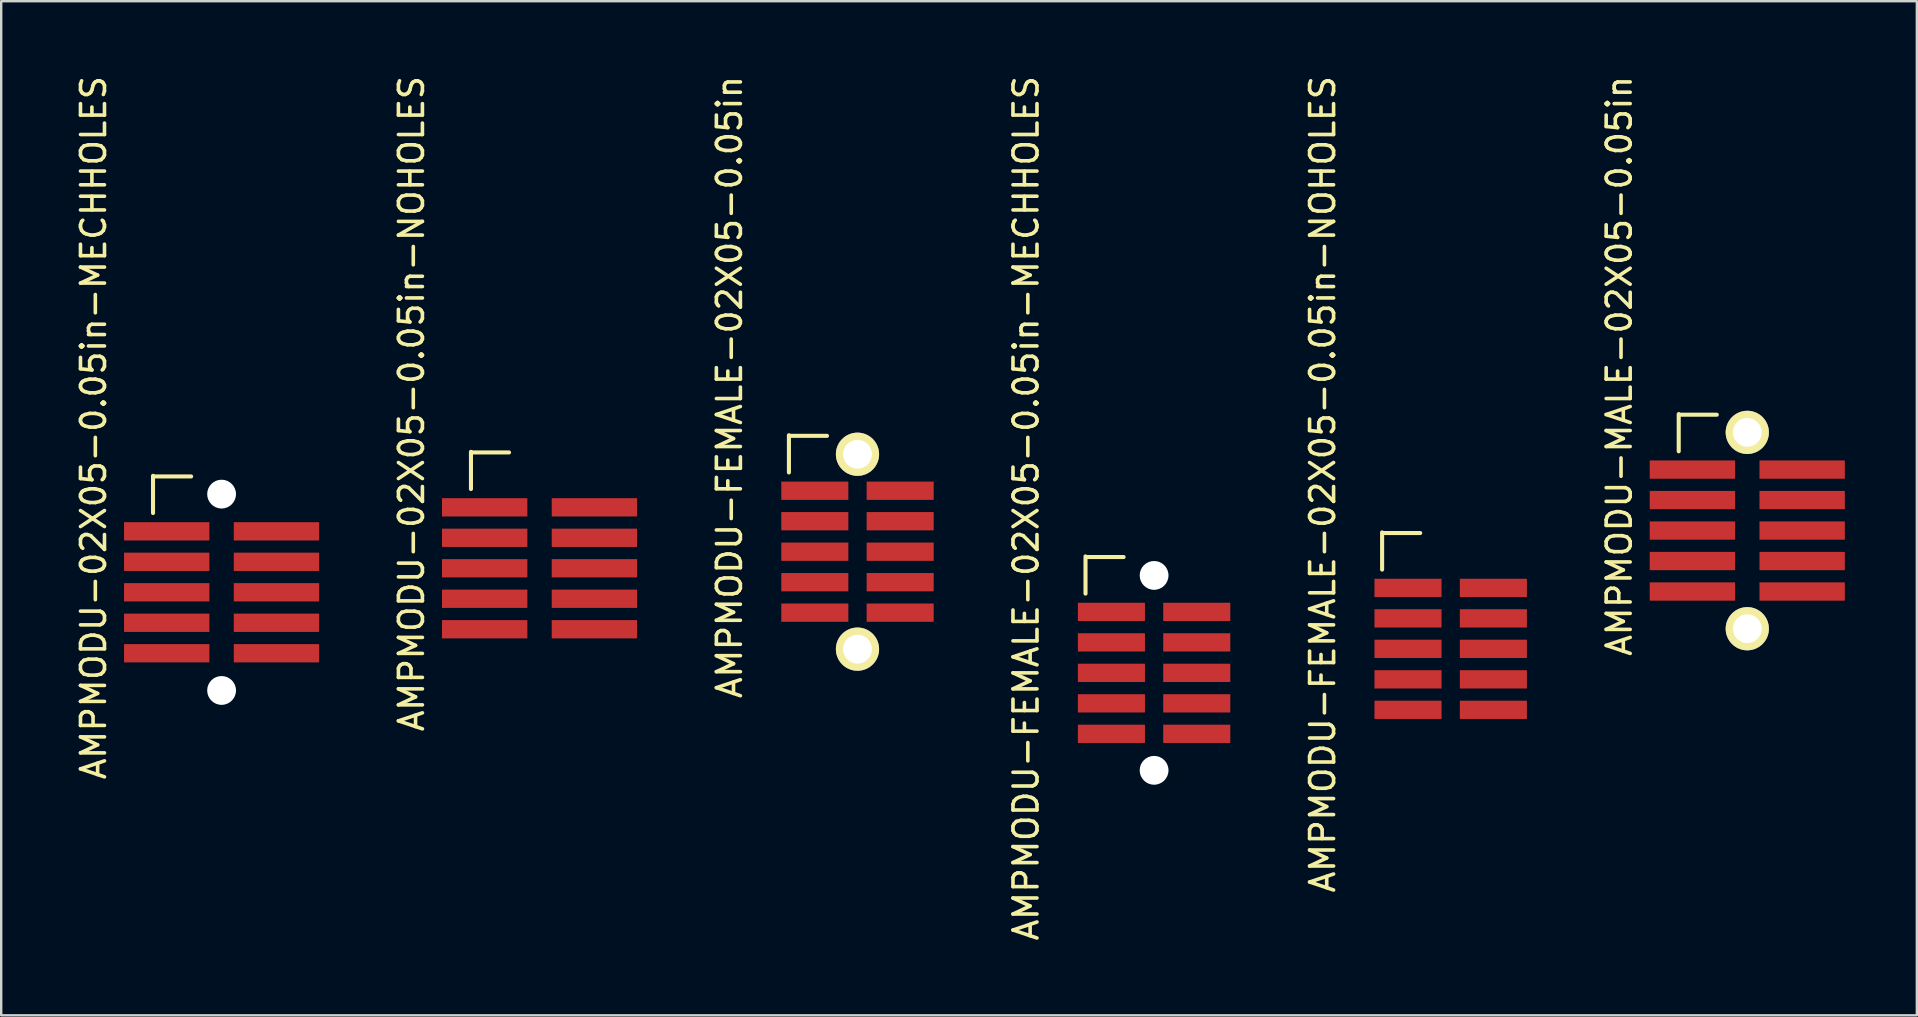
<source format=kicad_pcb>
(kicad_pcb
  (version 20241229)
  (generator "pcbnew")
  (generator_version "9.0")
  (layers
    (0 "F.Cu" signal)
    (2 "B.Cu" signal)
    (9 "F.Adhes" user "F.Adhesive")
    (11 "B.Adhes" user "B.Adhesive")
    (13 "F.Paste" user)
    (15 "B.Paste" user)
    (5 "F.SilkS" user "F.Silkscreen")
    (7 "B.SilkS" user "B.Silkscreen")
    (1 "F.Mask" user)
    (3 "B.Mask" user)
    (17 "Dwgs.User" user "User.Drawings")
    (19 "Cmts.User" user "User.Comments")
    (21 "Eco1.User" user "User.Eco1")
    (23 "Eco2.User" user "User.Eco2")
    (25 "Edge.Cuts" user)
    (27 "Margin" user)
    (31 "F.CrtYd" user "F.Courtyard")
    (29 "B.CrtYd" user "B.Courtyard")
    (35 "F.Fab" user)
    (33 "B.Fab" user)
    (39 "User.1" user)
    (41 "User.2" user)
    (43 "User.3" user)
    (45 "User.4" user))
  (footprint "AMPMODU-02X05-0.05in-NOHOLES"
    (layer "F.Cu")
    (at 19.428 20.626)
    (property "Reference" "AMPMODU-02X05-0.05in-NOHOLES" (at -5.334 -6.858 90) (layer "F.SilkS") (effects (font (size 1 1) (thickness 0.15))))
    (attr through_hole)
    (fp_line (start -2.857 -4.852) (end -2.857 -3.302) (stroke (width 0.17) (type solid)) (layer "F.SilkS"))
    (fp_line (start -1.27 -4.826) (end -2.82 -4.826) (stroke (width 0.17) (type solid)) (layer "F.SilkS"))
    (pad "1" smd rect (at -2.286 -2.54) (size 3.556 0.762) (layers "F.Cu" "F.Mask" "F.Paste"))
    (pad "2" smd rect (at 2.286 -2.54) (size 3.556 0.762) (layers "F.Cu" "F.Mask" "F.Paste"))
    (pad "3" smd rect (at -2.286 -1.27) (size 3.556 0.762) (layers "F.Cu" "F.Mask" "F.Paste"))
    (pad "4" smd rect (at 2.286 -1.27) (size 3.556 0.762) (layers "F.Cu" "F.Mask" "F.Paste"))
    (pad "5" smd rect (at -2.286 0) (size 3.556 0.762) (layers "F.Cu" "F.Mask" "F.Paste"))
    (pad "6" smd rect (at 2.286 0) (size 3.556 0.762) (layers "F.Cu" "F.Mask" "F.Paste"))
    (pad "7" smd rect (at -2.286 1.27) (size 3.556 0.762) (layers "F.Cu" "F.Mask" "F.Paste"))
    (pad "8" smd rect (at 2.286 1.27) (size 3.556 0.762) (layers "F.Cu" "F.Mask" "F.Paste"))
    (pad "9" smd rect (at -2.286 2.54) (size 3.556 0.762) (layers "F.Cu" "F.Mask" "F.Paste"))
    (pad "10" smd rect (at 2.286 2.54) (size 3.556 0.762) (layers "F.Cu" "F.Mask" "F.Paste")))
  (footprint "AMPMODU-FEMALE-02X05-0.05in-MECHHOLES"
    (layer "F.Cu")
    (at 45.032 24.983)
    (property "Reference" "AMPMODU-FEMALE-02X05-0.05in-MECHHOLES" (at -5.334 -6.858 90) (layer "F.SilkS") (effects (font (size 1 1) (thickness 0.15))))
    (attr through_hole)
    (fp_line (start -2.857 -4.852) (end -2.857 -3.302) (stroke (width 0.17) (type solid)) (layer "F.SilkS"))
    (fp_line (start -1.27 -4.826) (end -2.82 -4.826) (stroke (width 0.17) (type solid)) (layer "F.SilkS"))
    (pad "" np_thru_hole circle (at 0 -4.06) (size 1.2 1.2) (drill 1.2) (layers "*.Cu" "*.Mask"))
    (pad "" np_thru_hole circle (at 0 4.06) (size 1.2 1.2) (drill 1.2) (layers "*.Cu" "*.Mask"))
    (pad "1" smd rect (at -1.778 -2.54) (size 2.794 0.762) (layers "F.Cu" "F.Mask" "F.Paste"))
    (pad "2" smd rect (at 1.778 -2.54) (size 2.794 0.762) (layers "F.Cu" "F.Mask" "F.Paste"))
    (pad "3" smd rect (at -1.778 -1.27) (size 2.794 0.762) (layers "F.Cu" "F.Mask" "F.Paste"))
    (pad "4" smd rect (at 1.778 -1.27) (size 2.794 0.762) (layers "F.Cu" "F.Mask" "F.Paste"))
    (pad "5" smd rect (at -1.778 0) (size 2.794 0.762) (layers "F.Cu" "F.Mask" "F.Paste"))
    (pad "6" smd rect (at 1.778 0) (size 2.794 0.762) (layers "F.Cu" "F.Mask" "F.Paste"))
    (pad "7" smd rect (at -1.778 1.27) (size 2.794 0.762) (layers "F.Cu" "F.Mask" "F.Paste"))
    (pad "8" smd rect (at 1.778 1.27) (size 2.794 0.762) (layers "F.Cu" "F.Mask" "F.Paste"))
    (pad "9" smd rect (at -1.778 2.54) (size 2.794 0.762) (layers "F.Cu" "F.Mask" "F.Paste"))
    (pad "10" smd rect (at 1.778 2.54) (size 2.794 0.762) (layers "F.Cu" "F.Mask" "F.Paste")))
  (footprint "AMPMODU-02X05-0.05in-MECHHOLES"
    (layer "F.Cu")
    (at 6.182 21.626)
    (property "Reference" "AMPMODU-02X05-0.05in-MECHHOLES" (at -5.334 -6.858 90) (layer "F.SilkS") (effects (font (size 1 1) (thickness 0.15))))
    (attr through_hole)
    (fp_line (start -2.857 -4.852) (end -2.857 -3.302) (stroke (width 0.17) (type solid)) (layer "F.SilkS"))
    (fp_line (start -1.27 -4.826) (end -2.82 -4.826) (stroke (width 0.17) (type solid)) (layer "F.SilkS"))
    (pad "" np_thru_hole circle (at 0 -4.09) (size 1.2 1.2) (drill 1.2) (layers "*.Cu" "*.Mask"))
    (pad "" np_thru_hole circle (at 0 4.09) (size 1.2 1.2) (drill 1.2) (layers "*.Cu" "*.Mask"))
    (pad "1" smd rect (at -2.286 -2.54) (size 3.556 0.762) (layers "F.Cu" "F.Mask" "F.Paste"))
    (pad "2" smd rect (at 2.286 -2.54) (size 3.556 0.762) (layers "F.Cu" "F.Mask" "F.Paste"))
    (pad "3" smd rect (at -2.286 -1.27) (size 3.556 0.762) (layers "F.Cu" "F.Mask" "F.Paste"))
    (pad "4" smd rect (at 2.286 -1.27) (size 3.556 0.762) (layers "F.Cu" "F.Mask" "F.Paste"))
    (pad "5" smd rect (at -2.286 0) (size 3.556 0.762) (layers "F.Cu" "F.Mask" "F.Paste"))
    (pad "6" smd rect (at 2.286 0) (size 3.556 0.762) (layers "F.Cu" "F.Mask" "F.Paste"))
    (pad "7" smd rect (at -2.286 1.27) (size 3.556 0.762) (layers "F.Cu" "F.Mask" "F.Paste"))
    (pad "8" smd rect (at 2.286 1.27) (size 3.556 0.762) (layers "F.Cu" "F.Mask" "F.Paste"))
    (pad "9" smd rect (at -2.286 2.54) (size 3.556 0.762) (layers "F.Cu" "F.Mask" "F.Paste"))
    (pad "10" smd rect (at 2.286 2.54) (size 3.556 0.762) (layers "F.Cu" "F.Mask" "F.Paste")))
  (footprint "AMPMODU-FEMALE-02X05-0.05in-NOHOLES"
    (layer "F.Cu")
    (at 57.389 23.983)
    (property "Reference" "AMPMODU-FEMALE-02X05-0.05in-NOHOLES" (at -5.334 -6.858 90) (layer "F.SilkS") (effects (font (size 1 1) (thickness 0.15))))
    (attr through_hole)
    (fp_line (start -2.857 -4.852) (end -2.857 -3.302) (stroke (width 0.17) (type solid)) (layer "F.SilkS"))
    (fp_line (start -1.27 -4.826) (end -2.82 -4.826) (stroke (width 0.17) (type solid)) (layer "F.SilkS"))
    (pad "1" smd rect (at -1.778 -2.54) (size 2.794 0.762) (layers "F.Cu" "F.Mask" "F.Paste"))
    (pad "2" smd rect (at 1.778 -2.54) (size 2.794 0.762) (layers "F.Cu" "F.Mask" "F.Paste"))
    (pad "3" smd rect (at -1.778 -1.27) (size 2.794 0.762) (layers "F.Cu" "F.Mask" "F.Paste"))
    (pad "4" smd rect (at 1.778 -1.27) (size 2.794 0.762) (layers "F.Cu" "F.Mask" "F.Paste"))
    (pad "5" smd rect (at -1.778 0) (size 2.794 0.762) (layers "F.Cu" "F.Mask" "F.Paste"))
    (pad "6" smd rect (at 1.778 0) (size 2.794 0.762) (layers "F.Cu" "F.Mask" "F.Paste"))
    (pad "7" smd rect (at -1.778 1.27) (size 2.794 0.762) (layers "F.Cu" "F.Mask" "F.Paste"))
    (pad "8" smd rect (at 1.778 1.27) (size 2.794 0.762) (layers "F.Cu" "F.Mask" "F.Paste"))
    (pad "9" smd rect (at -1.778 2.54) (size 2.794 0.762) (layers "F.Cu" "F.Mask" "F.Paste"))
    (pad "10" smd rect (at 1.778 2.54) (size 2.794 0.762) (layers "F.Cu" "F.Mask" "F.Paste")))
  (footprint "AMPMODU-FEMALE-02X05-0.05in"
    (layer "F.Cu")
    (at 32.675 19.935)
    (property "Reference" "AMPMODU-FEMALE-02X05-0.05in" (at -5.334 -6.858 90) (layer "F.SilkS") (effects (font (size 1 1) (thickness 0.15))))
    (attr through_hole)
    (fp_line (start -2.857 -4.852) (end -2.857 -3.302) (stroke (width 0.17) (type solid)) (layer "F.SilkS"))
    (fp_line (start -1.27 -4.826) (end -2.82 -4.826) (stroke (width 0.17) (type solid)) (layer "F.SilkS"))
    (pad "1" smd rect (at -1.778 -2.54) (size 2.794 0.762) (layers "F.Cu" "F.Mask" "F.Paste"))
    (pad "2" smd rect (at 1.778 -2.54) (size 2.794 0.762) (layers "F.Cu" "F.Mask" "F.Paste"))
    (pad "3" smd rect (at -1.778 -1.27) (size 2.794 0.762) (layers "F.Cu" "F.Mask" "F.Paste"))
    (pad "4" smd rect (at 1.778 -1.27) (size 2.794 0.762) (layers "F.Cu" "F.Mask" "F.Paste"))
    (pad "5" smd rect (at -1.778 0) (size 2.794 0.762) (layers "F.Cu" "F.Mask" "F.Paste"))
    (pad "6" smd rect (at 1.778 0) (size 2.794 0.762) (layers "F.Cu" "F.Mask" "F.Paste"))
    (pad "7" smd rect (at -1.778 1.27) (size 2.794 0.762) (layers "F.Cu" "F.Mask" "F.Paste"))
    (pad "8" smd rect (at 1.778 1.27) (size 2.794 0.762) (layers "F.Cu" "F.Mask" "F.Paste"))
    (pad "9" smd rect (at -1.778 2.54) (size 2.794 0.762) (layers "F.Cu" "F.Mask" "F.Paste"))
    (pad "10" smd rect (at 1.778 2.54) (size 2.794 0.762) (layers "F.Cu" "F.Mask" "F.Paste"))
    (pad "M1" thru_hole circle (at 0 -4.06) (size 1.8 1.8) (drill 1.2) (layers "*.Cu" "*.Mask" "F.SilkS"))
    (pad "M2" thru_hole circle (at 0 4.06) (size 1.8 1.8) (drill 1.2) (layers "*.Cu" "*.Mask" "F.SilkS")))
  (footprint "AMPMODU-MALE-02X05-0.05in"
    (layer "F.Cu")
    (at 69.746 19.054)
    (property "Reference" "AMPMODU-MALE-02X05-0.05in" (at -5.334 -6.858 90) (layer "F.SilkS") (effects (font (size 1 1) (thickness 0.15))))
    (attr through_hole)
    (fp_line (start -2.857 -4.852) (end -2.857 -3.302) (stroke (width 0.17) (type solid)) (layer "F.SilkS"))
    (fp_line (start -1.27 -4.826) (end -2.82 -4.826) (stroke (width 0.17) (type solid)) (layer "F.SilkS"))
    (pad "1" smd rect (at -2.286 -2.54) (size 3.556 0.762) (layers "F.Cu" "F.Mask" "F.Paste"))
    (pad "2" smd rect (at 2.286 -2.54) (size 3.556 0.762) (layers "F.Cu" "F.Mask" "F.Paste"))
    (pad "3" smd rect (at -2.286 -1.27) (size 3.556 0.762) (layers "F.Cu" "F.Mask" "F.Paste"))
    (pad "4" smd rect (at 2.286 -1.27) (size 3.556 0.762) (layers "F.Cu" "F.Mask" "F.Paste"))
    (pad "5" smd rect (at -2.286 0) (size 3.556 0.762) (layers "F.Cu" "F.Mask" "F.Paste"))
    (pad "6" smd rect (at 2.286 0) (size 3.556 0.762) (layers "F.Cu" "F.Mask" "F.Paste"))
    (pad "7" smd rect (at -2.286 1.27) (size 3.556 0.762) (layers "F.Cu" "F.Mask" "F.Paste"))
    (pad "8" smd rect (at 2.286 1.27) (size 3.556 0.762) (layers "F.Cu" "F.Mask" "F.Paste"))
    (pad "9" smd rect (at -2.286 2.54) (size 3.556 0.762) (layers "F.Cu" "F.Mask" "F.Paste"))
    (pad "10" smd rect (at 2.286 2.54) (size 3.556 0.762) (layers "F.Cu" "F.Mask" "F.Paste"))
    (pad "M1" thru_hole circle (at 0 -4.09) (size 1.8 1.8) (drill 1.2) (layers "*.Cu" "*.Mask" "F.SilkS"))
    (pad "M2" thru_hole circle (at 0 4.09) (size 1.8 1.8) (drill 1.2) (layers "*.Cu" "*.Mask" "F.SilkS")))
  (gr_rect
    (start -3 -3)
    (end 76.811 39.25)
    (stroke (width 0.1) (type default))
    (fill no)
    (layer "Edge.Cuts")))
</source>
